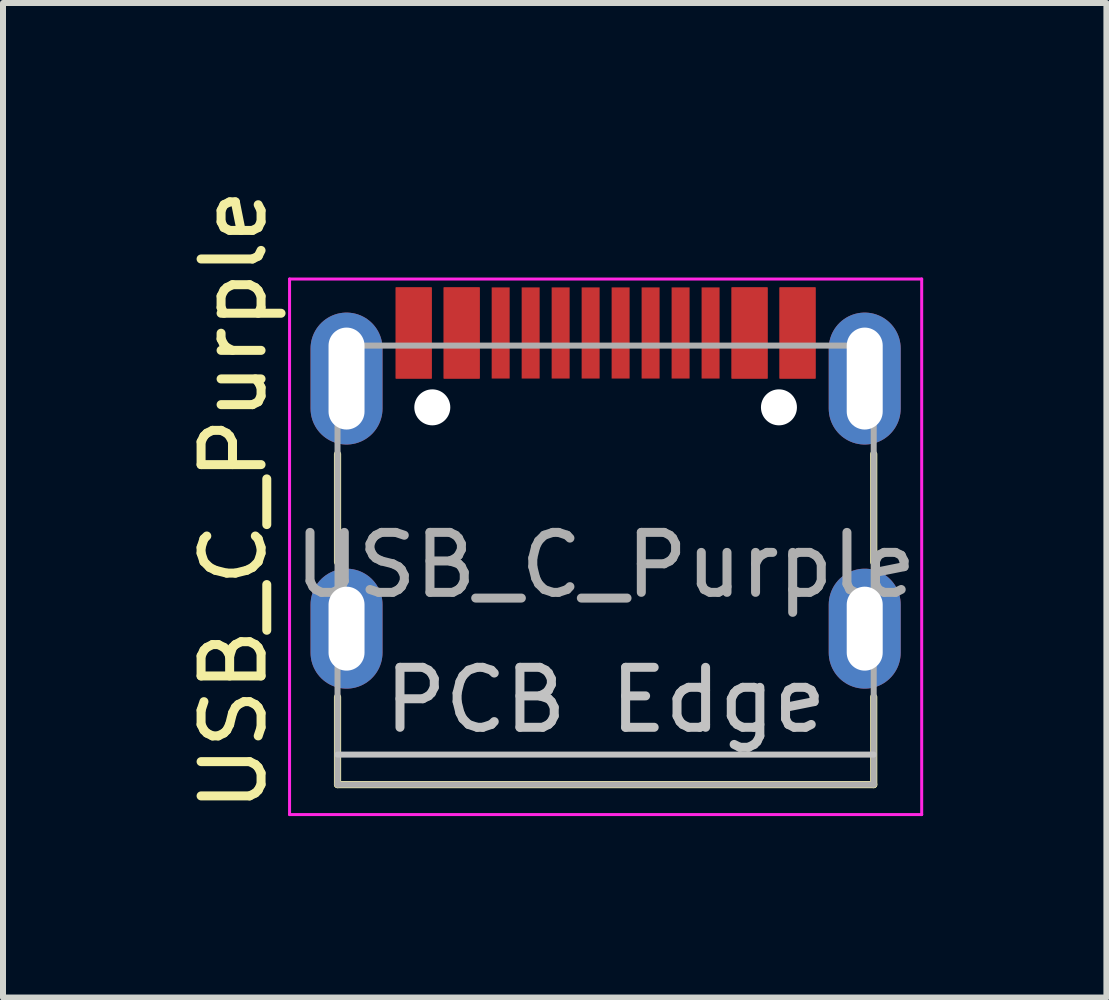
<source format=kicad_pcb>
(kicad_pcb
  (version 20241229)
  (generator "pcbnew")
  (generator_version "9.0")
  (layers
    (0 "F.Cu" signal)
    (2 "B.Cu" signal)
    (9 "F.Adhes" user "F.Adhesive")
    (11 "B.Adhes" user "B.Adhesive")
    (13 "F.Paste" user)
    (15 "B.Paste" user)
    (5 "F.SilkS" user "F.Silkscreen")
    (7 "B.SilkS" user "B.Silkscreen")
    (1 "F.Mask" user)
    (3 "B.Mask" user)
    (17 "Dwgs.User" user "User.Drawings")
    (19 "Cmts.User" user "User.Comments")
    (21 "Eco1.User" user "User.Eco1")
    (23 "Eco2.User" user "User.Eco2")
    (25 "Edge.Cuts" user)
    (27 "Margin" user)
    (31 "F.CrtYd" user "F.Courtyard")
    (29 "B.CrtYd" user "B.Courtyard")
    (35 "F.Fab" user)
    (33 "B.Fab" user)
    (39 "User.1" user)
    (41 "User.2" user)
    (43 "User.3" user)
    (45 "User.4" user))
  (footprint "USB_C_Purple"
    (layer "F.Cu")
    (at 7.048 5.192)
    (property "Reference" "USB_C_Purple" (at -6.2 0.1 270) (layer "F.SilkS") (effects (font (size 1 1) (thickness 0.15))))
    (attr smd)
    (fp_line (start -4.47 -0.67) (end -4.47 1.13) (stroke (width 0.12) (type solid)) (layer "F.SilkS"))
    (fp_line (start -4.47 4.84) (end -4.47 3.38) (stroke (width 0.12) (type solid)) (layer "F.SilkS"))
    (fp_line (start 4.47 -0.67) (end 4.47 1.13) (stroke (width 0.12) (type solid)) (layer "F.SilkS"))
    (fp_line (start 4.47 4.84) (end -4.47 4.84) (stroke (width 0.12) (type solid)) (layer "F.SilkS"))
    (fp_line (start 4.47 4.84) (end 4.47 3.38) (stroke (width 0.12) (type solid)) (layer "F.SilkS"))
    (fp_rect (start -5.3 -2.985) (end -4.32 -0.875) (stroke (width 0.1) (type solid)) (fill yes) (layer "F.Paste"))
    (fp_rect (start -5.3 1.285) (end -4.32 3.195) (stroke (width 0.1) (type solid)) (fill yes) (layer "F.Paste"))
    (fp_rect (start 4.25 1.285) (end 5.23 3.195) (stroke (width 0.1) (type solid)) (fill yes) (layer "F.Paste"))
    (fp_rect (start 4.32 -2.98) (end 5.3 -0.87) (stroke (width 0.1) (type solid)) (fill yes) (layer "F.Paste"))
    (fp_line (start -4.47 4.34) (end 4.47 4.34) (stroke (width 0.1) (type solid)) (layer "Dwgs.User"))
    (fp_line (start -5.27 -3.59) (end -5.27 5.34) (stroke (width 0.05) (type solid)) (layer "F.CrtYd"))
    (fp_line (start -5.27 5.34) (end 5.27 5.34) (stroke (width 0.05) (type solid)) (layer "F.CrtYd"))
    (fp_line (start 5.27 -3.59) (end -5.27 -3.59) (stroke (width 0.05) (type solid)) (layer "F.CrtYd"))
    (fp_line (start 5.27 5.34) (end 5.27 -3.59) (stroke (width 0.05) (type solid)) (layer "F.CrtYd"))
    (fp_line (start -4.47 -2.48) (end -4.47 4.84) (stroke (width 0.1) (type solid)) (layer "F.Fab"))
    (fp_line (start -4.47 -2.48) (end 4.47 -2.48) (stroke (width 0.1) (type solid)) (layer "F.Fab"))
    (fp_line (start 4.47 -2.48) (end 4.47 4.84) (stroke (width 0.1) (type solid)) (layer "F.Fab"))
    (fp_line (start 4.47 4.84) (end -4.47 4.84) (stroke (width 0.1) (type solid)) (layer "F.Fab"))
    (fp_text user "PCB Edge" (at 0 3.43 180) (layer "Dwgs.User") (effects (font (size 1 1) (thickness 0.15))))
    (fp_text user "${REFERENCE}" (at 0 1.18 180) (layer "F.Fab") (effects (font (size 1 1) (thickness 0.15))))
    (pad "" np_thru_hole circle (at -2.89 -1.45 180) (size 0.6 0.6) (drill 0.6) (layers "*.Cu" "*.Mask"))
    (pad "" np_thru_hole circle (at 2.89 -1.45 180) (size 0.6 0.6) (drill 0.6) (layers "*.Cu" "*.Mask"))
    (pad "A1" smd rect (at -3.2 -2.69) (size 0.6 1.52) (layers "F.Cu" "F.Mask" "F.Paste"))
    (pad "A4" smd rect (at -2.4 -2.69) (size 0.6 1.52) (layers "F.Cu" "F.Mask" "F.Paste"))
    (pad "A5" smd rect (at -1.25 -2.69 180) (size 0.3 1.52) (layers "F.Cu" "F.Mask" "F.Paste"))
    (pad "A6" smd rect (at -0.25 -2.69 180) (size 0.3 1.52) (layers "F.Cu" "F.Mask" "F.Paste"))
    (pad "A7" smd rect (at 0.25 -2.69 180) (size 0.3 1.52) (layers "F.Cu" "F.Mask" "F.Paste"))
    (pad "A8" smd rect (at 1.25 -2.69 180) (size 0.3 1.52) (layers "F.Cu" "F.Mask" "F.Paste"))
    (pad "A9" smd rect (at 2.4 -2.69) (size 0.6 1.52) (layers "F.Cu" "F.Mask" "F.Paste"))
    (pad "A12" smd rect (at 3.2 -2.69) (size 0.6 1.52) (layers "F.Cu" "F.Mask" "F.Paste"))
    (pad "B1" smd rect (at 3.2 -2.69) (size 0.6 1.52) (layers "F.Cu" "F.Mask" "F.Paste"))
    (pad "B4" smd rect (at 2.4 -2.69) (size 0.6 1.52) (layers "F.Cu" "F.Mask" "F.Paste"))
    (pad "B5" smd rect (at 1.75 -2.69 180) (size 0.3 1.52) (layers "F.Cu" "F.Mask" "F.Paste"))
    (pad "B6" smd rect (at 0.75 -2.69 180) (size 0.3 1.52) (layers "F.Cu" "F.Mask" "F.Paste"))
    (pad "B7" smd rect (at -0.75 -2.69 180) (size 0.3 1.52) (layers "F.Cu" "F.Mask" "F.Paste"))
    (pad "B8" smd rect (at -1.75 -2.69 180) (size 0.3 1.52) (layers "F.Cu" "F.Mask" "F.Paste"))
    (pad "B9" smd rect (at -2.4 -2.69) (size 0.6 1.52) (layers "F.Cu" "F.Mask" "F.Paste"))
    (pad "B12" smd rect (at -3.2 -2.69) (size 0.6 1.52) (layers "F.Cu" "F.Mask" "F.Paste"))
    (pad "S1" thru_hole oval (at -4.32 -1.93 90) (size 2.2 1.2) (drill oval 1.7 0.6) (layers "*.Cu" "*.Mask" "F.Paste"))
    (pad "S1" thru_hole oval (at -4.32 2.24 90) (size 2 1.2) (drill oval 1.4 0.6) (layers "*.Cu" "*.Mask" "F.Paste"))
    (pad "S1" thru_hole oval (at 4.32 -1.93 90) (size 2.2 1.2) (drill oval 1.7 0.6) (layers "*.Cu" "*.Mask" "F.Paste"))
    (pad "S1" thru_hole oval (at 4.32 2.24 90) (size 2 1.2) (drill oval 1.4 0.6) (layers "*.Cu" "*.Mask" "F.Paste")))
  (gr_rect
    (start -3 -3)
    (end 15.398 13.583)
    (stroke (width 0.1) (type default))
    (fill no)
    (layer "Edge.Cuts")))
</source>
